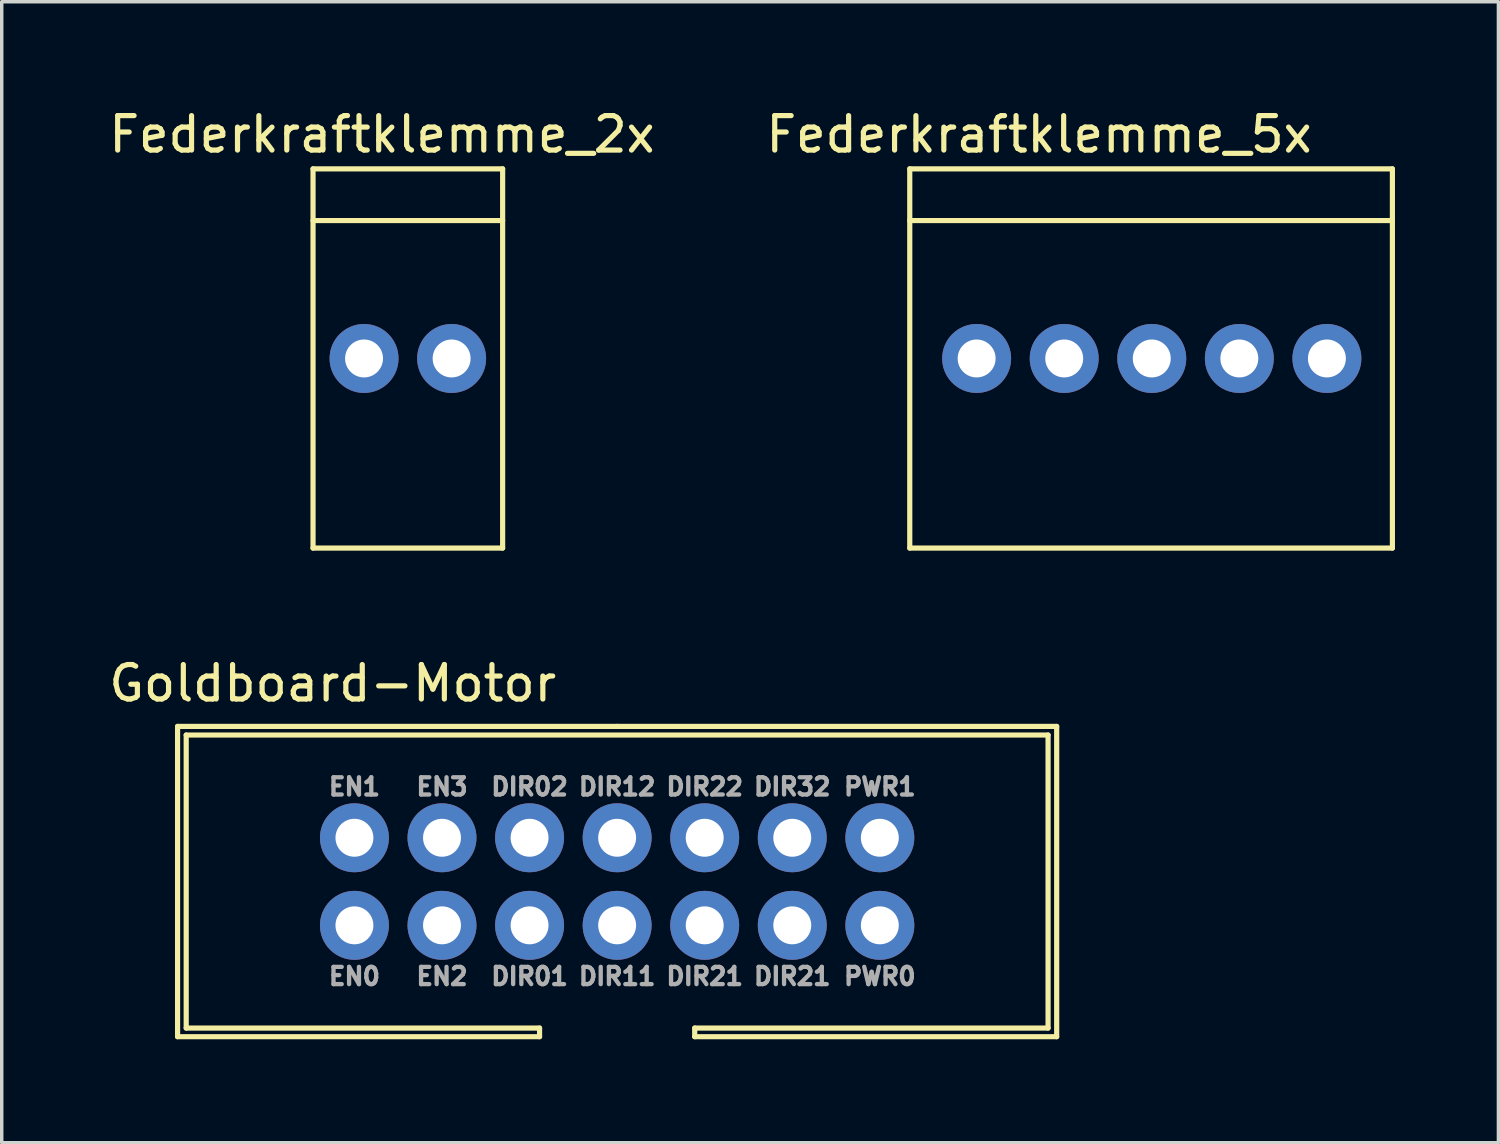
<source format=kicad_pcb>
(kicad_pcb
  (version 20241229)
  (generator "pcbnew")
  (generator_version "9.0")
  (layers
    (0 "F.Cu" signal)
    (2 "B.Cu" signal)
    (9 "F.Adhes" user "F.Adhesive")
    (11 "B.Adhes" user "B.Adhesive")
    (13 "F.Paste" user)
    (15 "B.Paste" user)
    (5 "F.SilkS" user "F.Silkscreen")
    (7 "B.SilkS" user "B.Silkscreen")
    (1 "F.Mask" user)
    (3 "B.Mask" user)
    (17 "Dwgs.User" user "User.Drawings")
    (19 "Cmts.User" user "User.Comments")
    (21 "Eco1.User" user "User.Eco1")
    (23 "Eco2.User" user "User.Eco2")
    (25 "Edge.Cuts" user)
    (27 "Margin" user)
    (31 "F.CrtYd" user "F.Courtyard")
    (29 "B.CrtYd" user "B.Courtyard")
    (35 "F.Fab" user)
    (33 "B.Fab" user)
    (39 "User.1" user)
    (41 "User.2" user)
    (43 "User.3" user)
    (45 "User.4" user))
  (footprint "Federkraftklemme_2x"
    (layer "F.Cu")
    (at 8.78 7.348)
    (property "Reference" "Federkraftklemme_2x" (at -0.75 -6.5 0) (layer "F.SilkS") (effects (font (size 1 1) (thickness 0.15))))
    (attr through_hole)
    (fp_line (start -2.75 -5.5) (end 2.75 -5.5) (stroke (width 0.15) (type solid)) (layer "F.SilkS"))
    (fp_line (start -2.75 -4) (end 2.75 -4) (stroke (width 0.15) (type solid)) (layer "F.SilkS"))
    (fp_line (start -2.75 5.5) (end -2.75 -5.5) (stroke (width 0.15) (type solid)) (layer "F.SilkS"))
    (fp_line (start 2.75 -5.5) (end 2.75 5.5) (stroke (width 0.15) (type solid)) (layer "F.SilkS"))
    (fp_line (start 2.75 5.5) (end -2.75 5.5) (stroke (width 0.15) (type solid)) (layer "F.SilkS"))
    (pad "1" thru_hole circle (at -1.27 0) (size 2 2) (drill 1.1) (layers "*.Cu" "*.Mask"))
    (pad "2" thru_hole circle (at 1.27 0) (size 2 2) (drill 1.1) (layers "*.Cu" "*.Mask")))
  (footprint "Goldboard-Motor"
    (layer "F.Cu")
    (at 14.851 22.521)
    (property "Reference" "Goldboard-Motor" (at -8.25 -5.75 0) (layer "F.SilkS") (effects (font (size 1 1) (thickness 0.15))))
    (attr through_hole)
    (fp_line (start -12.75 -4.5) (end -12.75 4.5) (stroke (width 0.15) (type solid)) (layer "F.SilkS"))
    (fp_line (start -12.75 4.5) (end -2.25 4.5) (stroke (width 0.15) (type solid)) (layer "F.SilkS"))
    (fp_line (start -12.5 -4.25) (end 12.5 -4.25) (stroke (width 0.15) (type solid)) (layer "F.SilkS"))
    (fp_line (start -12.5 4.25) (end -12.5 -4.25) (stroke (width 0.15) (type solid)) (layer "F.SilkS"))
    (fp_line (start -2.25 4.25) (end -12.5 4.25) (stroke (width 0.15) (type solid)) (layer "F.SilkS"))
    (fp_line (start -2.25 4.5) (end -2.25 4.25) (stroke (width 0.15) (type solid)) (layer "F.SilkS"))
    (fp_line (start 0 -4.5) (end -12.75 -4.5) (stroke (width 0.15) (type solid)) (layer "F.SilkS"))
    (fp_line (start 2.25 4.25) (end 2.25 4.5) (stroke (width 0.15) (type solid)) (layer "F.SilkS"))
    (fp_line (start 2.25 4.5) (end 12.75 4.5) (stroke (width 0.15) (type solid)) (layer "F.SilkS"))
    (fp_line (start 12.5 4.25) (end 2.25 4.25) (stroke (width 0.15) (type solid)) (layer "F.SilkS"))
    (fp_line (start 12.5 4.25) (end 12.5 -4.25) (stroke (width 0.15) (type solid)) (layer "F.SilkS"))
    (fp_line (start 12.75 -4.5) (end 0 -4.5) (stroke (width 0.15) (type solid)) (layer "F.SilkS"))
    (fp_line (start 12.75 -4.5) (end 12.75 4.5) (stroke (width 0.15) (type solid)) (layer "F.SilkS"))
    (fp_text user "DIR22" (at 2.54 -2.75 0) (layer "F.Fab") (effects (font (size 0.5 0.5) (thickness 0.125))))
    (fp_text user "DIR21" (at 2.54 2.75 0) (layer "F.Fab") (effects (font (size 0.5 0.5) (thickness 0.125))))
    (fp_text user "DIR12" (at 0 -2.75 0) (layer "F.Fab") (effects (font (size 0.5 0.5) (thickness 0.125))))
    (fp_text user "DIR01" (at -2.54 2.75 0) (layer "F.Fab") (effects (font (size 0.5 0.5) (thickness 0.125))))
    (fp_text user "PWR1" (at 7.62 -2.75 0) (layer "F.Fab") (effects (font (size 0.5 0.5) (thickness 0.125))))
    (fp_text user "PWR0" (at 7.62 2.75 0) (layer "F.Fab") (effects (font (size 0.5 0.5) (thickness 0.125))))
    (fp_text user "EN1" (at -7.62 -2.75 0) (layer "F.Fab") (effects (font (size 0.5 0.5) (thickness 0.125))))
    (fp_text user "EN3" (at -5.08 -2.75 0) (layer "F.Fab") (effects (font (size 0.5 0.5) (thickness 0.125))))
    (fp_text user "DIR11" (at 0 2.75 0) (layer "F.Fab") (effects (font (size 0.5 0.5) (thickness 0.125))))
    (fp_text user "DIR21" (at 5.08 2.75 0) (layer "F.Fab") (effects (font (size 0.5 0.5) (thickness 0.125))))
    (fp_text user "EN0" (at -7.62 2.75 0) (layer "F.Fab") (effects (font (size 0.5 0.5) (thickness 0.125))))
    (fp_text user "DIR02" (at -2.54 -2.75 0) (layer "F.Fab") (effects (font (size 0.5 0.5) (thickness 0.125))))
    (fp_text user "DIR32" (at 5.08 -2.75 0) (layer "F.Fab") (effects (font (size 0.5 0.5) (thickness 0.125))))
    (fp_text user "EN2" (at -5.08 2.75 0) (layer "F.Fab") (effects (font (size 0.5 0.5) (thickness 0.125))))
    (pad "1" thru_hole circle (at -7.62 1.27) (size 2 2) (drill 1.1) (layers "*.Cu" "*.Mask"))
    (pad "2" thru_hole circle (at -7.62 -1.27) (size 2 2) (drill 1.1) (layers "*.Cu" "*.Mask"))
    (pad "3" thru_hole circle (at -5.08 1.27) (size 2 2) (drill 1.1) (layers "*.Cu" "*.Mask"))
    (pad "4" thru_hole circle (at -5.08 -1.27) (size 2 2) (drill 1.1) (layers "*.Cu" "*.Mask"))
    (pad "5" thru_hole circle (at -2.54 1.27) (size 2 2) (drill 1.1) (layers "*.Cu" "*.Mask"))
    (pad "6" thru_hole circle (at -2.54 -1.27) (size 2 2) (drill 1.1) (layers "*.Cu" "*.Mask"))
    (pad "7" thru_hole circle (at 0 1.27) (size 2 2) (drill 1.1) (layers "*.Cu" "*.Mask"))
    (pad "8" thru_hole circle (at 0 -1.27) (size 2 2) (drill 1.1) (layers "*.Cu" "*.Mask"))
    (pad "9" thru_hole circle (at 2.54 1.27) (size 2 2) (drill 1.1) (layers "*.Cu" "*.Mask"))
    (pad "10" thru_hole circle (at 2.54 -1.27) (size 2 2) (drill 1.1) (layers "*.Cu" "*.Mask"))
    (pad "11" thru_hole circle (at 5.08 1.27) (size 2 2) (drill 1.1) (layers "*.Cu" "*.Mask"))
    (pad "12" thru_hole circle (at 5.08 -1.27) (size 2 2) (drill 1.1) (layers "*.Cu" "*.Mask"))
    (pad "13" thru_hole circle (at 7.62 1.27) (size 2 2) (drill 1.1) (layers "*.Cu" "*.Mask"))
    (pad "14" thru_hole circle (at 7.62 -1.27) (size 2 2) (drill 1.1) (layers "*.Cu" "*.Mask")))
  (footprint "Federkraftklemme_5x"
    (layer "F.Cu")
    (at 29.089 7.348)
    (property "Reference" "Federkraftklemme_5x" (at -2 -6.5 0) (layer "F.SilkS") (effects (font (size 1 1) (thickness 0.15))))
    (attr through_hole)
    (fp_line (start -5.75 -5.5) (end 8.25 -5.5) (stroke (width 0.15) (type solid)) (layer "F.SilkS"))
    (fp_line (start -5.75 -4) (end 8.25 -4) (stroke (width 0.15) (type solid)) (layer "F.SilkS"))
    (fp_line (start -5.75 5.5) (end -5.75 -5.5) (stroke (width 0.15) (type solid)) (layer "F.SilkS"))
    (fp_line (start 8.25 -5.5) (end 8.25 5.5) (stroke (width 0.15) (type solid)) (layer "F.SilkS"))
    (fp_line (start 8.25 5.5) (end -5.75 5.5) (stroke (width 0.15) (type solid)) (layer "F.SilkS"))
    (pad "1" thru_hole circle (at -3.81 0) (size 2 2) (drill 1.1) (layers "*.Cu" "*.Mask"))
    (pad "2" thru_hole circle (at -1.27 0) (size 2 2) (drill 1.1) (layers "*.Cu" "*.Mask"))
    (pad "3" thru_hole circle (at 1.27 0) (size 2 2) (drill 1.1) (layers "*.Cu" "*.Mask"))
    (pad "4" thru_hole circle (at 3.81 0) (size 2 2) (drill 1.1) (layers "*.Cu" "*.Mask"))
    (pad "5" thru_hole circle (at 6.35 0) (size 2 2) (drill 1.1) (layers "*.Cu" "*.Mask")))
  (gr_rect
    (start -3 -3)
    (end 40.414 30.096)
    (stroke (width 0.1) (type default))
    (fill no)
    (layer "Edge.Cuts")))
</source>
